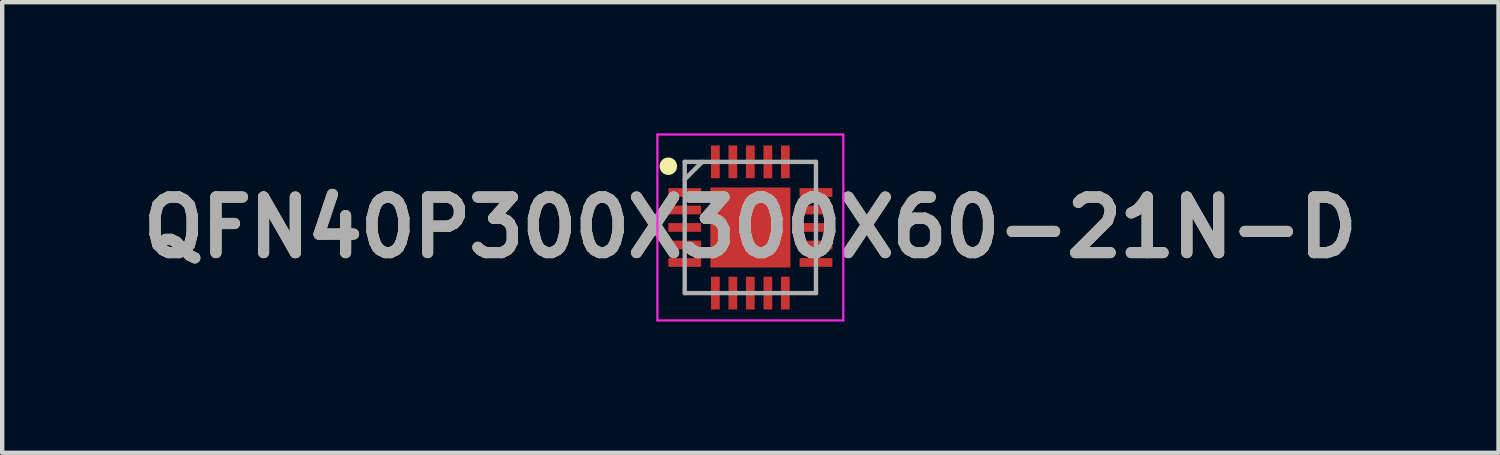
<source format=kicad_pcb>
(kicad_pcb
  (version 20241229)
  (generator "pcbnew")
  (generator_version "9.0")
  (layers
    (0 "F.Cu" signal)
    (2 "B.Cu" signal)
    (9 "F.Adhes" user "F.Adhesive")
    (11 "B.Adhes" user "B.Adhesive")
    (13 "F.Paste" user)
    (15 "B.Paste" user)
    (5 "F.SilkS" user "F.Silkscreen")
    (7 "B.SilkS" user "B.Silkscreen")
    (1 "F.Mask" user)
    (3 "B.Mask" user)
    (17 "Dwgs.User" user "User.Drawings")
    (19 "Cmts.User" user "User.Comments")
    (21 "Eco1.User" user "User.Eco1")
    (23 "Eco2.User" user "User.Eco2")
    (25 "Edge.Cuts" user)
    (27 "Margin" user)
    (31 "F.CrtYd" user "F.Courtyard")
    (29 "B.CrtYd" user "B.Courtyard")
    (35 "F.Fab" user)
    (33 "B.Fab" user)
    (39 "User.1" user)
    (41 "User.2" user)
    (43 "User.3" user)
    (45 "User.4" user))
  (footprint "QFN40P300X300X60-21N-D"
    (layer "F.Cu")
    (at 14.103 2.15)
    (property "Reference" "QFN40P300X300X60-21N-D" (at 0 0 0) (layer "F.SilkS") (effects (font (size 1.27 1.27) (thickness 0.254))))
    (attr smd)
    (fp_circle (center -1.875 -1.4) (end -1.875 -1.3) (stroke (width 0.2) (type solid)) (fill no) (layer "F.SilkS"))
    (fp_line (start -2.125 -2.125) (end 2.125 -2.125) (stroke (width 0.05) (type solid)) (layer "F.CrtYd"))
    (fp_line (start -2.125 2.125) (end -2.125 -2.125) (stroke (width 0.05) (type solid)) (layer "F.CrtYd"))
    (fp_line (start 2.125 -2.125) (end 2.125 2.125) (stroke (width 0.05) (type solid)) (layer "F.CrtYd"))
    (fp_line (start 2.125 2.125) (end -2.125 2.125) (stroke (width 0.05) (type solid)) (layer "F.CrtYd"))
    (fp_line (start -1.5 -1.5) (end 1.5 -1.5) (stroke (width 0.1) (type solid)) (layer "F.Fab"))
    (fp_line (start -1.5 -1.1) (end -1.1 -1.5) (stroke (width 0.1) (type solid)) (layer "F.Fab"))
    (fp_line (start -1.5 1.5) (end -1.5 -1.5) (stroke (width 0.1) (type solid)) (layer "F.Fab"))
    (fp_line (start 1.5 -1.5) (end 1.5 1.5) (stroke (width 0.1) (type solid)) (layer "F.Fab"))
    (fp_line (start 1.5 1.5) (end -1.5 1.5) (stroke (width 0.1) (type solid)) (layer "F.Fab"))
    (fp_text user "${REFERENCE}" (at 0 0 0) (layer "F.Fab") (effects (font (size 1.27 1.27) (thickness 0.254))))
    (pad "1" smd rect (at -1.5 -0.8 90) (size 0.2 0.75) (layers "F.Cu" "F.Mask" "F.Paste"))
    (pad "2" smd rect (at -1.5 -0.4 90) (size 0.2 0.75) (layers "F.Cu" "F.Mask" "F.Paste"))
    (pad "3" smd rect (at -1.5 0 90) (size 0.2 0.75) (layers "F.Cu" "F.Mask" "F.Paste"))
    (pad "4" smd rect (at -1.5 0.4 90) (size 0.2 0.75) (layers "F.Cu" "F.Mask" "F.Paste"))
    (pad "5" smd rect (at -1.5 0.8 90) (size 0.2 0.75) (layers "F.Cu" "F.Mask" "F.Paste"))
    (pad "6" smd rect (at -0.8 1.5) (size 0.2 0.75) (layers "F.Cu" "F.Mask" "F.Paste"))
    (pad "7" smd rect (at -0.4 1.5) (size 0.2 0.75) (layers "F.Cu" "F.Mask" "F.Paste"))
    (pad "8" smd rect (at 0 1.5) (size 0.2 0.75) (layers "F.Cu" "F.Mask" "F.Paste"))
    (pad "9" smd rect (at 0.4 1.5) (size 0.2 0.75) (layers "F.Cu" "F.Mask" "F.Paste"))
    (pad "10" smd rect (at 0.8 1.5) (size 0.2 0.75) (layers "F.Cu" "F.Mask" "F.Paste"))
    (pad "11" smd rect (at 1.5 0.8 90) (size 0.2 0.75) (layers "F.Cu" "F.Mask" "F.Paste"))
    (pad "12" smd rect (at 1.5 0.4 90) (size 0.2 0.75) (layers "F.Cu" "F.Mask" "F.Paste"))
    (pad "13" smd rect (at 1.5 0 90) (size 0.2 0.75) (layers "F.Cu" "F.Mask" "F.Paste"))
    (pad "14" smd rect (at 1.5 -0.4 90) (size 0.2 0.75) (layers "F.Cu" "F.Mask" "F.Paste"))
    (pad "15" smd rect (at 1.5 -0.8 90) (size 0.2 0.75) (layers "F.Cu" "F.Mask" "F.Paste"))
    (pad "16" smd rect (at 0.8 -1.5) (size 0.2 0.75) (layers "F.Cu" "F.Mask" "F.Paste"))
    (pad "17" smd rect (at 0.4 -1.5) (size 0.2 0.75) (layers "F.Cu" "F.Mask" "F.Paste"))
    (pad "18" smd rect (at 0 -1.5) (size 0.2 0.75) (layers "F.Cu" "F.Mask" "F.Paste"))
    (pad "19" smd rect (at -0.4 -1.5) (size 0.2 0.75) (layers "F.Cu" "F.Mask" "F.Paste"))
    (pad "20" smd rect (at -0.8 -1.5) (size 0.2 0.75) (layers "F.Cu" "F.Mask" "F.Paste"))
    (pad "21" smd rect (at 0 0) (size 1.83 1.83) (layers "F.Cu" "F.Mask" "F.Paste")))
  (gr_rect
    (start -3 -3)
    (end 31.206 7.3)
    (stroke (width 0.1) (type default))
    (fill no)
    (layer "Edge.Cuts")))
</source>
